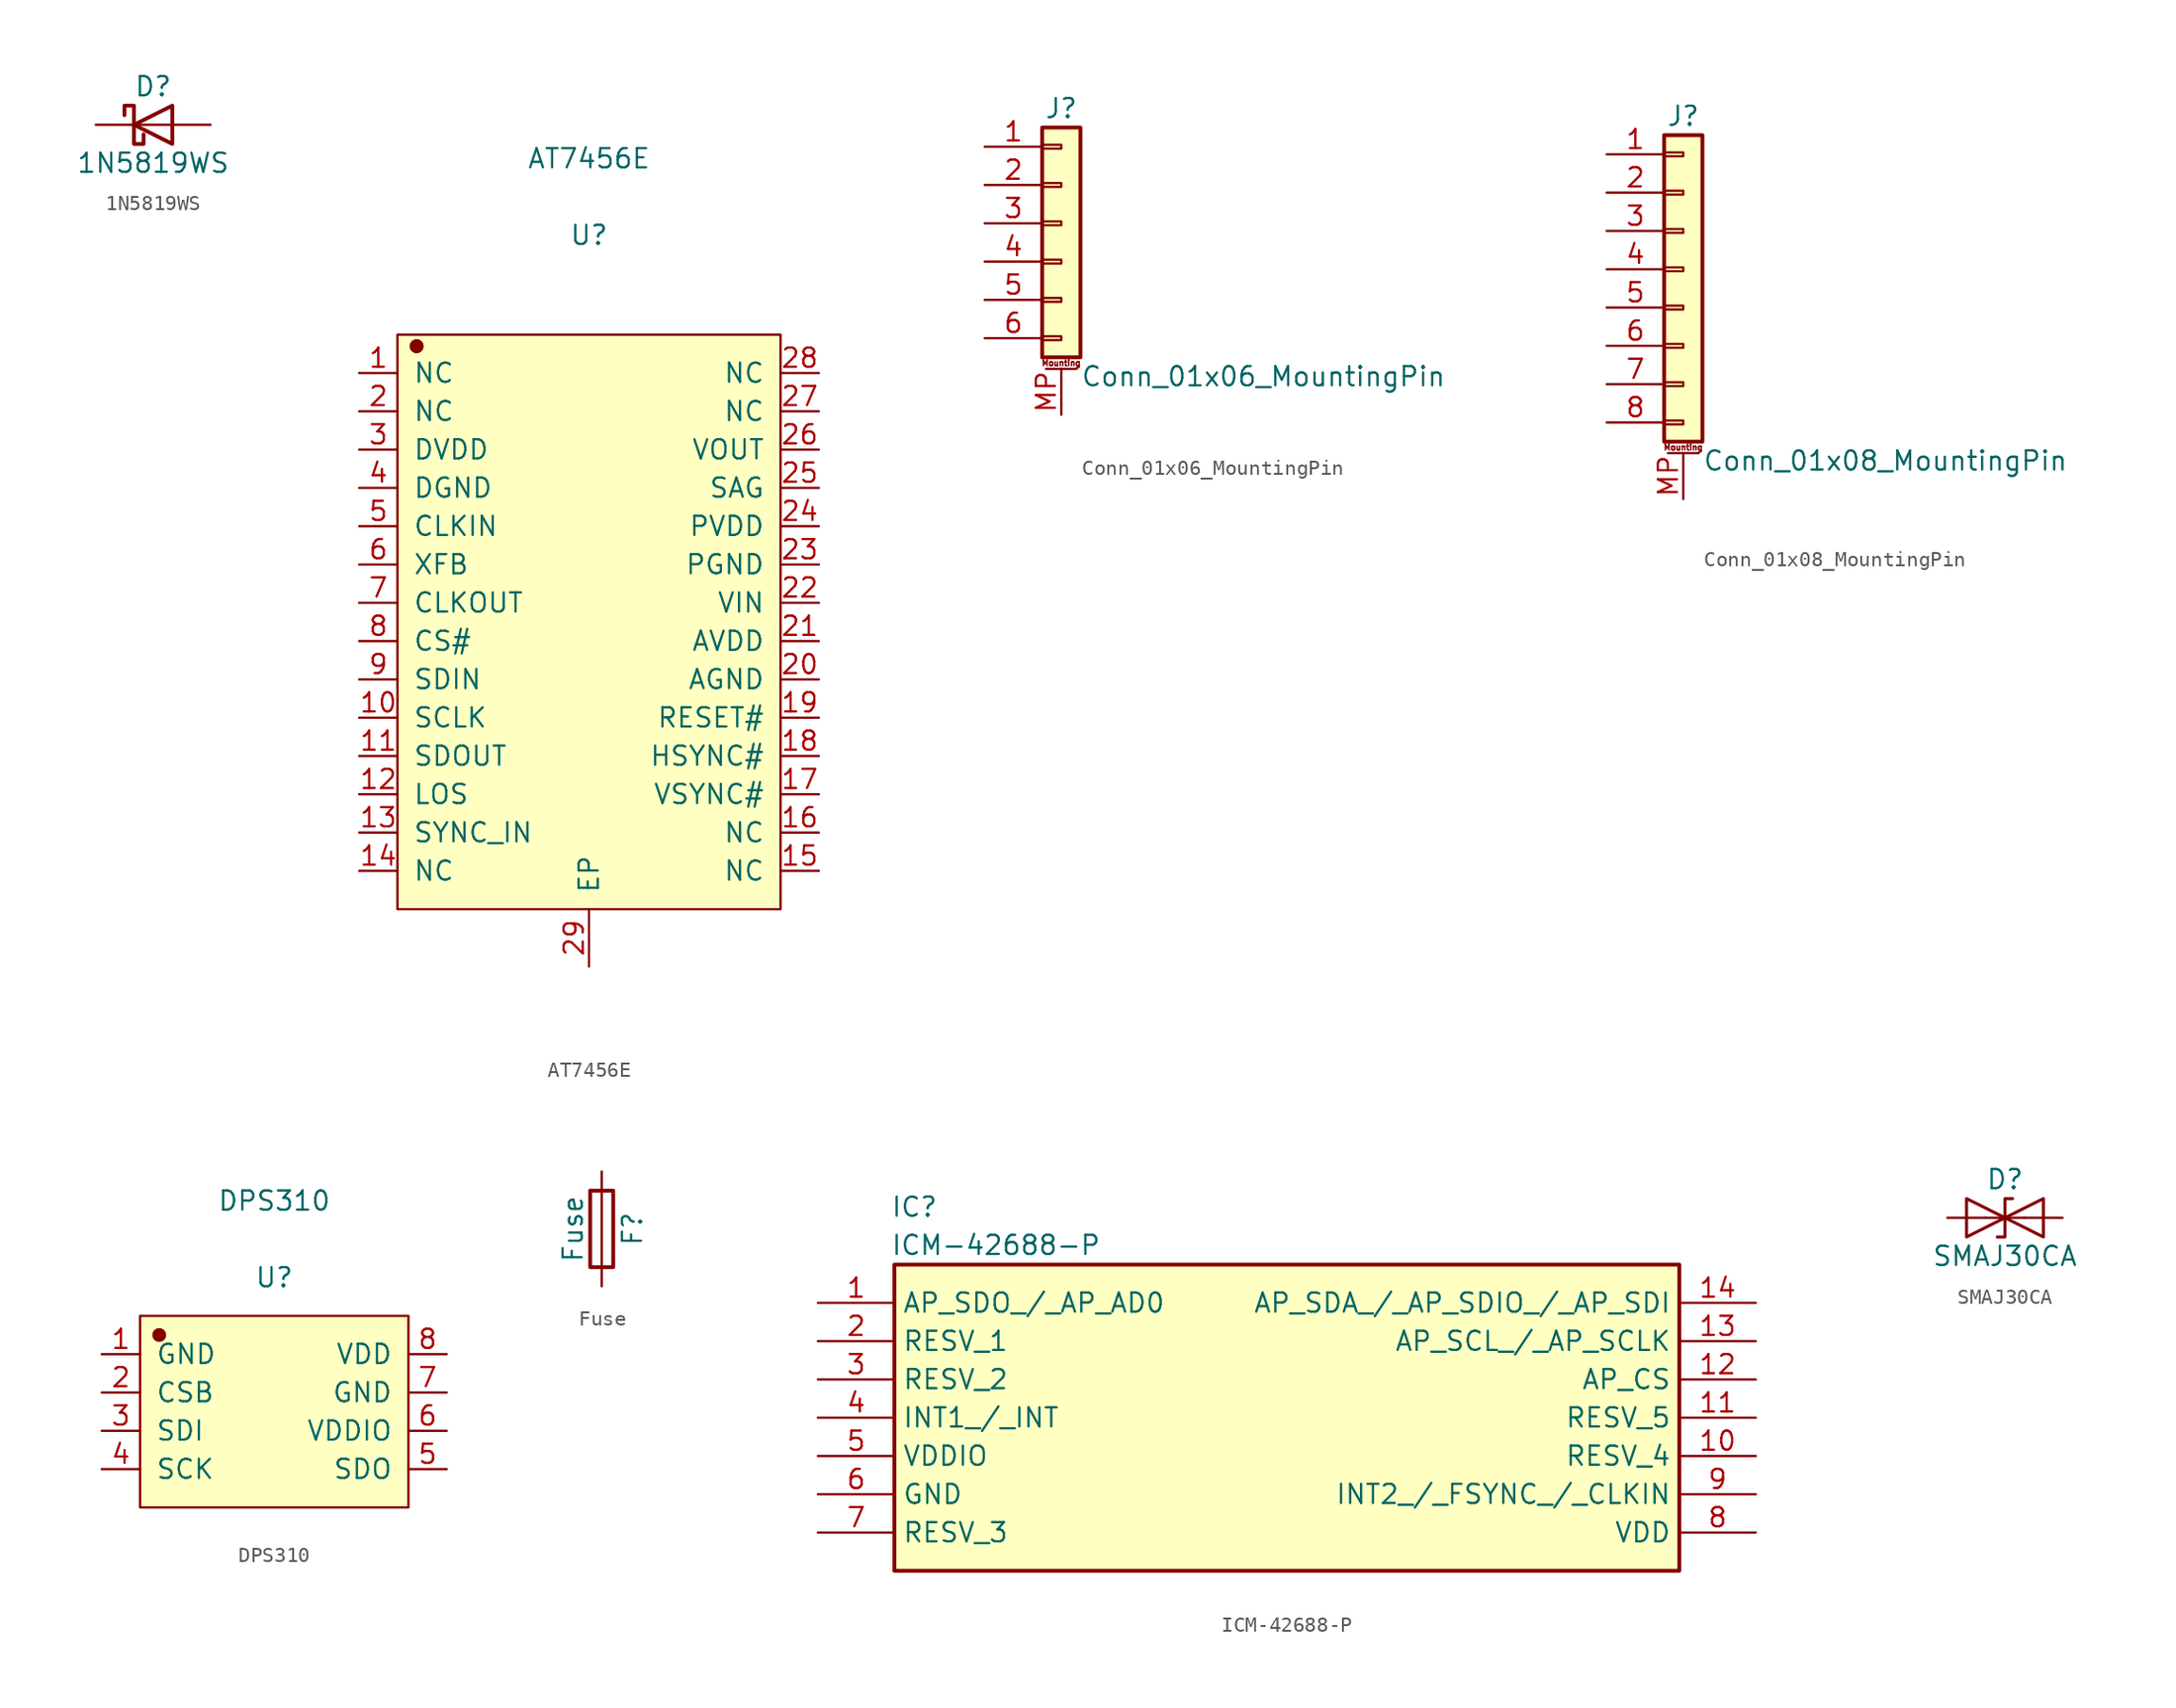
<source format=kicad_sym>
(kicad_symbol_lib
  (version 20241209)
  (generator "kicad_symbol_editor")
  (generator_version "9.0")
  (symbol "1N5819WS"
    (pin_numbers
      (hide yes))
    (pin_names
      (offset 1.016)
      (hide yes))
    (property "Reference" "D"
      (at 0 2.54 0)
      (effects (font (size 1.27 1.27))))
    (property "Value" "1N5819WS"
      (at 0 -2.54 0)
      (effects (font (size 1.27 1.27))))
    (symbol "1N5819WS_0_1"
      (polyline (pts (xy -1.905 0.635) (xy -1.905 1.27) (xy -1.27 1.27) (xy -1.27 -1.27) (xy -0.635 -1.27) (xy -0.635 -0.635)) (stroke (width 0.254) (type default)) (fill (type none)))
      (polyline (pts (xy 1.27 1.27) (xy 1.27 -1.27) (xy -1.27 0) (xy 1.27 1.27)) (stroke (width 0.254) (type default)) (fill (type none)))
      (polyline (pts (xy 1.27 0) (xy -1.27 0)) (stroke (width 0) (type default)) (fill (type none))))
    (symbol "1N5819WS_1_1"
      (pin passive line (at -3.81 0 0) (length 2.54) (name "K" (effects (font (size 1.27 1.27)))) (number "1" (effects (font (size 1.27 1.27)))))
      (pin passive line (at 3.81 0 180) (length 2.54) (name "A" (effects (font (size 1.27 1.27)))) (number "2" (effects (font (size 1.27 1.27)))))))
  (symbol "AT7456E"
    (pin_names
      (offset 1.016))
    (property "Reference" "U"
      (at 0 25.654 0)
      (effects (font (size 1.27 1.27))))
    (property "Value" "AT7456E"
      (at 0 30.734 0)
      (effects (font (size 1.27 1.27))))
    (symbol "AT7456E_1_1"
      (rectangle (start -12.7 19.05) (end 12.7 -19.05) (stroke (width 0.152) (type solid)) (fill (type background)))
      (circle (center -11.43 18.288) (radius 0.381) (stroke (width 0.152) (type solid)) (fill (type outline)))
      (circle (center -11.43 18.288) (radius 0.381) (stroke (width 0.152) (type solid)) (fill (type outline)))
      (pin input line (at -15.24 16.51 0) (length 2.54) (name "NC" (effects (font (size 1.27 1.27)))) (number "1" (effects (font (size 1.27 1.27)))))
      (pin input line (at -15.24 13.97 0) (length 2.54) (name "NC" (effects (font (size 1.27 1.27)))) (number "2" (effects (font (size 1.27 1.27)))))
      (pin input line (at -15.24 11.43 0) (length 2.54) (name "DVDD" (effects (font (size 1.27 1.27)))) (number "3" (effects (font (size 1.27 1.27)))))
      (pin input line (at -15.24 8.89 0) (length 2.54) (name "DGND" (effects (font (size 1.27 1.27)))) (number "4" (effects (font (size 1.27 1.27)))))
      (pin input line (at -15.24 6.35 0) (length 2.54) (name "CLKIN" (effects (font (size 1.27 1.27)))) (number "5" (effects (font (size 1.27 1.27)))))
      (pin input line (at -15.24 3.81 0) (length 2.54) (name "XFB" (effects (font (size 1.27 1.27)))) (number "6" (effects (font (size 1.27 1.27)))))
      (pin input line (at -15.24 1.27 0) (length 2.54) (name "CLKOUT" (effects (font (size 1.27 1.27)))) (number "7" (effects (font (size 1.27 1.27)))))
      (pin input line (at -15.24 -1.27 0) (length 2.54) (name "CS#" (effects (font (size 1.27 1.27)))) (number "8" (effects (font (size 1.27 1.27)))))
      (pin input line (at -15.24 -3.81 0) (length 2.54) (name "SDIN" (effects (font (size 1.27 1.27)))) (number "9" (effects (font (size 1.27 1.27)))))
      (pin input line (at -15.24 -6.35 0) (length 2.54) (name "SCLK" (effects (font (size 1.27 1.27)))) (number "10" (effects (font (size 1.27 1.27)))))
      (pin input line (at -15.24 -8.89 0) (length 2.54) (name "SDOUT" (effects (font (size 1.27 1.27)))) (number "11" (effects (font (size 1.27 1.27)))))
      (pin input line (at -15.24 -11.43 0) (length 2.54) (name "LOS" (effects (font (size 1.27 1.27)))) (number "12" (effects (font (size 1.27 1.27)))))
      (pin input line (at -15.24 -13.97 0) (length 2.54) (name "SYNC_IN" (effects (font (size 1.27 1.27)))) (number "13" (effects (font (size 1.27 1.27)))))
      (pin input line (at -15.24 -16.51 0) (length 2.54) (name "NC" (effects (font (size 1.27 1.27)))) (number "14" (effects (font (size 1.27 1.27)))))
      (pin input line (at 0 -22.86 90) (length 3.81) (name "EP" (effects (font (size 1.27 1.27)))) (number "29" (effects (font (size 1.27 1.27)))))
      (pin input line (at 15.24 16.51 180) (length 2.54) (name "NC" (effects (font (size 1.27 1.27)))) (number "28" (effects (font (size 1.27 1.27)))))
      (pin input line (at 15.24 13.97 180) (length 2.54) (name "NC" (effects (font (size 1.27 1.27)))) (number "27" (effects (font (size 1.27 1.27)))))
      (pin input line (at 15.24 11.43 180) (length 2.54) (name "VOUT" (effects (font (size 1.27 1.27)))) (number "26" (effects (font (size 1.27 1.27)))))
      (pin input line (at 15.24 8.89 180) (length 2.54) (name "SAG" (effects (font (size 1.27 1.27)))) (number "25" (effects (font (size 1.27 1.27)))))
      (pin input line (at 15.24 6.35 180) (length 2.54) (name "PVDD" (effects (font (size 1.27 1.27)))) (number "24" (effects (font (size 1.27 1.27)))))
      (pin input line (at 15.24 3.81 180) (length 2.54) (name "PGND" (effects (font (size 1.27 1.27)))) (number "23" (effects (font (size 1.27 1.27)))))
      (pin input line (at 15.24 1.27 180) (length 2.54) (name "VIN" (effects (font (size 1.27 1.27)))) (number "22" (effects (font (size 1.27 1.27)))))
      (pin input line (at 15.24 -1.27 180) (length 2.54) (name "AVDD" (effects (font (size 1.27 1.27)))) (number "21" (effects (font (size 1.27 1.27)))))
      (pin input line (at 15.24 -3.81 180) (length 2.54) (name "AGND" (effects (font (size 1.27 1.27)))) (number "20" (effects (font (size 1.27 1.27)))))
      (pin input line (at 15.24 -6.35 180) (length 2.54) (name "RESET#" (effects (font (size 1.27 1.27)))) (number "19" (effects (font (size 1.27 1.27)))))
      (pin input line (at 15.24 -8.89 180) (length 2.54) (name "HSYNC#" (effects (font (size 1.27 1.27)))) (number "18" (effects (font (size 1.27 1.27)))))
      (pin input line (at 15.24 -11.43 180) (length 2.54) (name "VSYNC#" (effects (font (size 1.27 1.27)))) (number "17" (effects (font (size 1.27 1.27)))))
      (pin input line (at 15.24 -13.97 180) (length 2.54) (name "NC" (effects (font (size 1.27 1.27)))) (number "16" (effects (font (size 1.27 1.27)))))
      (pin input line (at 15.24 -16.51 180) (length 2.54) (name "NC" (effects (font (size 1.27 1.27)))) (number "15" (effects (font (size 1.27 1.27)))))))
  (symbol "Conn_01x06_MountingPin"
    (pin_names
      (offset 1.016)
      (hide yes))
    (property "Reference" "J"
      (at 0 7.62 0)
      (effects (font (size 1.27 1.27))))
    (property "Value" "Conn_01x06_MountingPin"
      (at 1.27 -10.16 0)
      (effects (font (size 1.27 1.27)) (justify left)))
    (symbol "Conn_01x06_MountingPin_1_1"
      (rectangle (start -1.27 6.35) (end 1.27 -8.89) (stroke (width 0.254) (type default)) (fill (type background)))
      (rectangle (start -1.27 5.207) (end 0 4.953) (stroke (width 0.152) (type default)) (fill (type none)))
      (rectangle (start -1.27 2.667) (end 0 2.413) (stroke (width 0.152) (type default)) (fill (type none)))
      (rectangle (start -1.27 0.127) (end 0 -0.127) (stroke (width 0.152) (type default)) (fill (type none)))
      (rectangle (start -1.27 -2.413) (end 0 -2.667) (stroke (width 0.152) (type default)) (fill (type none)))
      (rectangle (start -1.27 -4.953) (end 0 -5.207) (stroke (width 0.152) (type default)) (fill (type none)))
      (rectangle (start -1.27 -7.493) (end 0 -7.747) (stroke (width 0.152) (type default)) (fill (type none)))
      (polyline (pts (xy -1.016 -9.652) (xy 1.016 -9.652)) (stroke (width 0.152) (type default)) (fill (type none)))
      (text "Mounting" (at 0 -9.271 0) (effects (font (size 0.381 0.381))))
      (pin passive line (at -5.08 5.08 0) (length 3.81) (name "Pin_1" (effects (font (size 1.27 1.27)))) (number "1" (effects (font (size 1.27 1.27)))))
      (pin passive line (at -5.08 2.54 0) (length 3.81) (name "Pin_2" (effects (font (size 1.27 1.27)))) (number "2" (effects (font (size 1.27 1.27)))))
      (pin passive line (at -5.08 0 0) (length 3.81) (name "Pin_3" (effects (font (size 1.27 1.27)))) (number "3" (effects (font (size 1.27 1.27)))))
      (pin passive line (at -5.08 -2.54 0) (length 3.81) (name "Pin_4" (effects (font (size 1.27 1.27)))) (number "4" (effects (font (size 1.27 1.27)))))
      (pin passive line (at -5.08 -5.08 0) (length 3.81) (name "Pin_5" (effects (font (size 1.27 1.27)))) (number "5" (effects (font (size 1.27 1.27)))))
      (pin passive line (at -5.08 -7.62 0) (length 3.81) (name "Pin_6" (effects (font (size 1.27 1.27)))) (number "6" (effects (font (size 1.27 1.27)))))
      (pin passive line (at 0 -12.7 90) (length 3.048) (name "MountPin" (effects (font (size 1.27 1.27)))) (number "MP" (effects (font (size 1.27 1.27)))))))
  (symbol "Conn_01x08_MountingPin"
    (pin_names
      (offset 1.016)
      (hide yes))
    (property "Reference" "J"
      (at 0 10.16 0)
      (effects (font (size 1.27 1.27))))
    (property "Value" "Conn_01x08_MountingPin"
      (at 1.27 -12.7 0)
      (effects (font (size 1.27 1.27)) (justify left)))
    (symbol "Conn_01x08_MountingPin_1_1"
      (rectangle (start -1.27 8.89) (end 1.27 -11.43) (stroke (width 0.254) (type default)) (fill (type background)))
      (rectangle (start -1.27 7.747) (end 0 7.493) (stroke (width 0.152) (type default)) (fill (type none)))
      (rectangle (start -1.27 5.207) (end 0 4.953) (stroke (width 0.152) (type default)) (fill (type none)))
      (rectangle (start -1.27 2.667) (end 0 2.413) (stroke (width 0.152) (type default)) (fill (type none)))
      (rectangle (start -1.27 0.127) (end 0 -0.127) (stroke (width 0.152) (type default)) (fill (type none)))
      (rectangle (start -1.27 -2.413) (end 0 -2.667) (stroke (width 0.152) (type default)) (fill (type none)))
      (rectangle (start -1.27 -4.953) (end 0 -5.207) (stroke (width 0.152) (type default)) (fill (type none)))
      (rectangle (start -1.27 -7.493) (end 0 -7.747) (stroke (width 0.152) (type default)) (fill (type none)))
      (rectangle (start -1.27 -10.033) (end 0 -10.287) (stroke (width 0.152) (type default)) (fill (type none)))
      (polyline (pts (xy -1.016 -12.192) (xy 1.016 -12.192)) (stroke (width 0.152) (type default)) (fill (type none)))
      (text "Mounting" (at 0 -11.811 0) (effects (font (size 0.381 0.381))))
      (pin passive line (at -5.08 7.62 0) (length 3.81) (name "Pin_1" (effects (font (size 1.27 1.27)))) (number "1" (effects (font (size 1.27 1.27)))))
      (pin passive line (at -5.08 5.08 0) (length 3.81) (name "Pin_2" (effects (font (size 1.27 1.27)))) (number "2" (effects (font (size 1.27 1.27)))))
      (pin passive line (at -5.08 2.54 0) (length 3.81) (name "Pin_3" (effects (font (size 1.27 1.27)))) (number "3" (effects (font (size 1.27 1.27)))))
      (pin passive line (at -5.08 0 0) (length 3.81) (name "Pin_4" (effects (font (size 1.27 1.27)))) (number "4" (effects (font (size 1.27 1.27)))))
      (pin passive line (at -5.08 -2.54 0) (length 3.81) (name "Pin_5" (effects (font (size 1.27 1.27)))) (number "5" (effects (font (size 1.27 1.27)))))
      (pin passive line (at -5.08 -5.08 0) (length 3.81) (name "Pin_6" (effects (font (size 1.27 1.27)))) (number "6" (effects (font (size 1.27 1.27)))))
      (pin passive line (at -5.08 -7.62 0) (length 3.81) (name "Pin_7" (effects (font (size 1.27 1.27)))) (number "7" (effects (font (size 1.27 1.27)))))
      (pin passive line (at -5.08 -10.16 0) (length 3.81) (name "Pin_8" (effects (font (size 1.27 1.27)))) (number "8" (effects (font (size 1.27 1.27)))))
      (pin passive line (at 0 -15.24 90) (length 3.048) (name "MountPin" (effects (font (size 1.27 1.27)))) (number "MP" (effects (font (size 1.27 1.27)))))))
  (symbol "DPS310"
    (pin_names
      (offset 1.016))
    (property "Reference" "U"
      (at 0 8.89 0)
      (effects (font (size 1.27 1.27))))
    (property "Value" "DPS310"
      (at 0 13.97 0)
      (effects (font (size 1.27 1.27))))
    (symbol "DPS310_1_1"
      (rectangle (start -8.89 6.35) (end 8.89 -6.35) (stroke (width 0.152) (type solid)) (fill (type background)))
      (circle (center -7.62 5.08) (radius 0.381) (stroke (width 0.152) (type solid)) (fill (type outline)))
      (pin input line (at -11.43 3.81 0) (length 2.54) (name "GND" (effects (font (size 1.27 1.27)))) (number "1" (effects (font (size 1.27 1.27)))))
      (pin input line (at -11.43 1.27 0) (length 2.54) (name "CSB" (effects (font (size 1.27 1.27)))) (number "2" (effects (font (size 1.27 1.27)))))
      (pin input line (at -11.43 -1.27 0) (length 2.54) (name "SDI" (effects (font (size 1.27 1.27)))) (number "3" (effects (font (size 1.27 1.27)))))
      (pin input line (at -11.43 -3.81 0) (length 2.54) (name "SCK" (effects (font (size 1.27 1.27)))) (number "4" (effects (font (size 1.27 1.27)))))
      (pin input line (at 11.43 3.81 180) (length 2.54) (name "VDD" (effects (font (size 1.27 1.27)))) (number "8" (effects (font (size 1.27 1.27)))))
      (pin input line (at 11.43 1.27 180) (length 2.54) (name "GND" (effects (font (size 1.27 1.27)))) (number "7" (effects (font (size 1.27 1.27)))))
      (pin input line (at 11.43 -1.27 180) (length 2.54) (name "VDDIO" (effects (font (size 1.27 1.27)))) (number "6" (effects (font (size 1.27 1.27)))))
      (pin input line (at 11.43 -3.81 180) (length 2.54) (name "SDO" (effects (font (size 1.27 1.27)))) (number "5" (effects (font (size 1.27 1.27)))))))
  (symbol "Fuse"
    (pin_numbers
      (hide yes))
    (pin_names
      (offset 0))
    (property "Reference" "F"
      (at 2.032 0 90)
      (effects (font (size 1.27 1.27))))
    (property "Value" "Fuse"
      (at -1.905 0 90)
      (effects (font (size 1.27 1.27))))
    (symbol "Fuse_0_1"
      (rectangle (start -0.762 -2.54) (end 0.762 2.54) (stroke (width 0.254) (type default)) (fill (type none)))
      (polyline (pts (xy 0 2.54) (xy 0 -2.54)) (stroke (width 0) (type default)) (fill (type none))))
    (symbol "Fuse_1_1"
      (pin passive line (at 0 3.81 270) (length 1.27) (name "~" (effects (font (size 1.27 1.27)))) (number "1" (effects (font (size 1.27 1.27)))))
      (pin passive line (at 0 -3.81 90) (length 1.27) (name "~" (effects (font (size 1.27 1.27)))) (number "2" (effects (font (size 1.27 1.27)))))))
  (symbol "ICM-42688-P"
    (property "Reference" "IC"
      (at -24.384 14.732 0)
      (effects (font (size 1.27 1.27)) (justify left top)))
    (property "Value" "ICM-42688-P"
      (at -24.384 12.192 0)
      (effects (font (size 1.27 1.27)) (justify left top)))
    (symbol "ICM-42688-P_1_1"
      (rectangle (start -24.13 10.16) (end 27.94 -10.16) (stroke (width 0.254) (type default)) (fill (type background)))
      (pin passive line (at -29.21 7.62 0) (length 5.08) (name "AP_SDO_/_AP_AD0" (effects (font (size 1.27 1.27)))) (number "1" (effects (font (size 1.27 1.27)))))
      (pin passive line (at -29.21 5.08 0) (length 5.08) (name "RESV_1" (effects (font (size 1.27 1.27)))) (number "2" (effects (font (size 1.27 1.27)))))
      (pin passive line (at -29.21 2.54 0) (length 5.08) (name "RESV_2" (effects (font (size 1.27 1.27)))) (number "3" (effects (font (size 1.27 1.27)))))
      (pin passive line (at -29.21 0 0) (length 5.08) (name "INT1_/_INT" (effects (font (size 1.27 1.27)))) (number "4" (effects (font (size 1.27 1.27)))))
      (pin passive line (at -29.21 -2.54 0) (length 5.08) (name "VDDIO" (effects (font (size 1.27 1.27)))) (number "5" (effects (font (size 1.27 1.27)))))
      (pin passive line (at -29.21 -5.08 0) (length 5.08) (name "GND" (effects (font (size 1.27 1.27)))) (number "6" (effects (font (size 1.27 1.27)))))
      (pin passive line (at -29.21 -7.62 0) (length 5.08) (name "RESV_3" (effects (font (size 1.27 1.27)))) (number "7" (effects (font (size 1.27 1.27)))))
      (pin passive line (at 33.02 7.62 180) (length 5.08) (name "AP_SDA_/_AP_SDIO_/_AP_SDI" (effects (font (size 1.27 1.27)))) (number "14" (effects (font (size 1.27 1.27)))))
      (pin passive line (at 33.02 5.08 180) (length 5.08) (name "AP_SCL_/_AP_SCLK" (effects (font (size 1.27 1.27)))) (number "13" (effects (font (size 1.27 1.27)))))
      (pin passive line (at 33.02 2.54 180) (length 5.08) (name "AP_CS" (effects (font (size 1.27 1.27)))) (number "12" (effects (font (size 1.27 1.27)))))
      (pin passive line (at 33.02 0 180) (length 5.08) (name "RESV_5" (effects (font (size 1.27 1.27)))) (number "11" (effects (font (size 1.27 1.27)))))
      (pin passive line (at 33.02 -2.54 180) (length 5.08) (name "RESV_4" (effects (font (size 1.27 1.27)))) (number "10" (effects (font (size 1.27 1.27)))))
      (pin passive line (at 33.02 -5.08 180) (length 5.08) (name "INT2_/_FSYNC_/_CLKIN" (effects (font (size 1.27 1.27)))) (number "9" (effects (font (size 1.27 1.27)))))
      (pin passive line (at 33.02 -7.62 180) (length 5.08) (name "VDD" (effects (font (size 1.27 1.27)))) (number "8" (effects (font (size 1.27 1.27)))))))
  (symbol "SMAJ30CA"
    (pin_numbers
      (hide yes))
    (pin_names
      (offset 1.016)
      (hide yes))
    (property "Reference" "D"
      (at 0 2.54 0)
      (effects (font (size 1.27 1.27))))
    (property "Value" "SMAJ30CA"
      (at 0 -2.54 0)
      (effects (font (size 1.27 1.27))))
    (symbol "SMAJ30CA_0_1"
      (polyline (pts (xy -2.54 -1.27) (xy 0 0) (xy -2.54 1.27) (xy -2.54 -1.27)) (stroke (width 0.203) (type default)) (fill (type none)))
      (polyline (pts (xy 0.508 1.27) (xy 0 1.27) (xy 0 -1.27) (xy -0.508 -1.27)) (stroke (width 0.203) (type default)) (fill (type none)))
      (polyline (pts (xy 1.27 0) (xy -1.27 0)) (stroke (width 0) (type default)) (fill (type none)))
      (polyline (pts (xy 2.54 1.27) (xy 2.54 -1.27) (xy 0 0) (xy 2.54 1.27)) (stroke (width 0.203) (type default)) (fill (type none))))
    (symbol "SMAJ30CA_1_1"
      (pin passive line (at -3.81 0 0) (length 2.54) (name "A1" (effects (font (size 1.27 1.27)))) (number "1" (effects (font (size 1.27 1.27)))))
      (pin passive line (at 3.81 0 180) (length 2.54) (name "A2" (effects (font (size 1.27 1.27)))) (number "2" (effects (font (size 1.27 1.27))))))))
</source>
